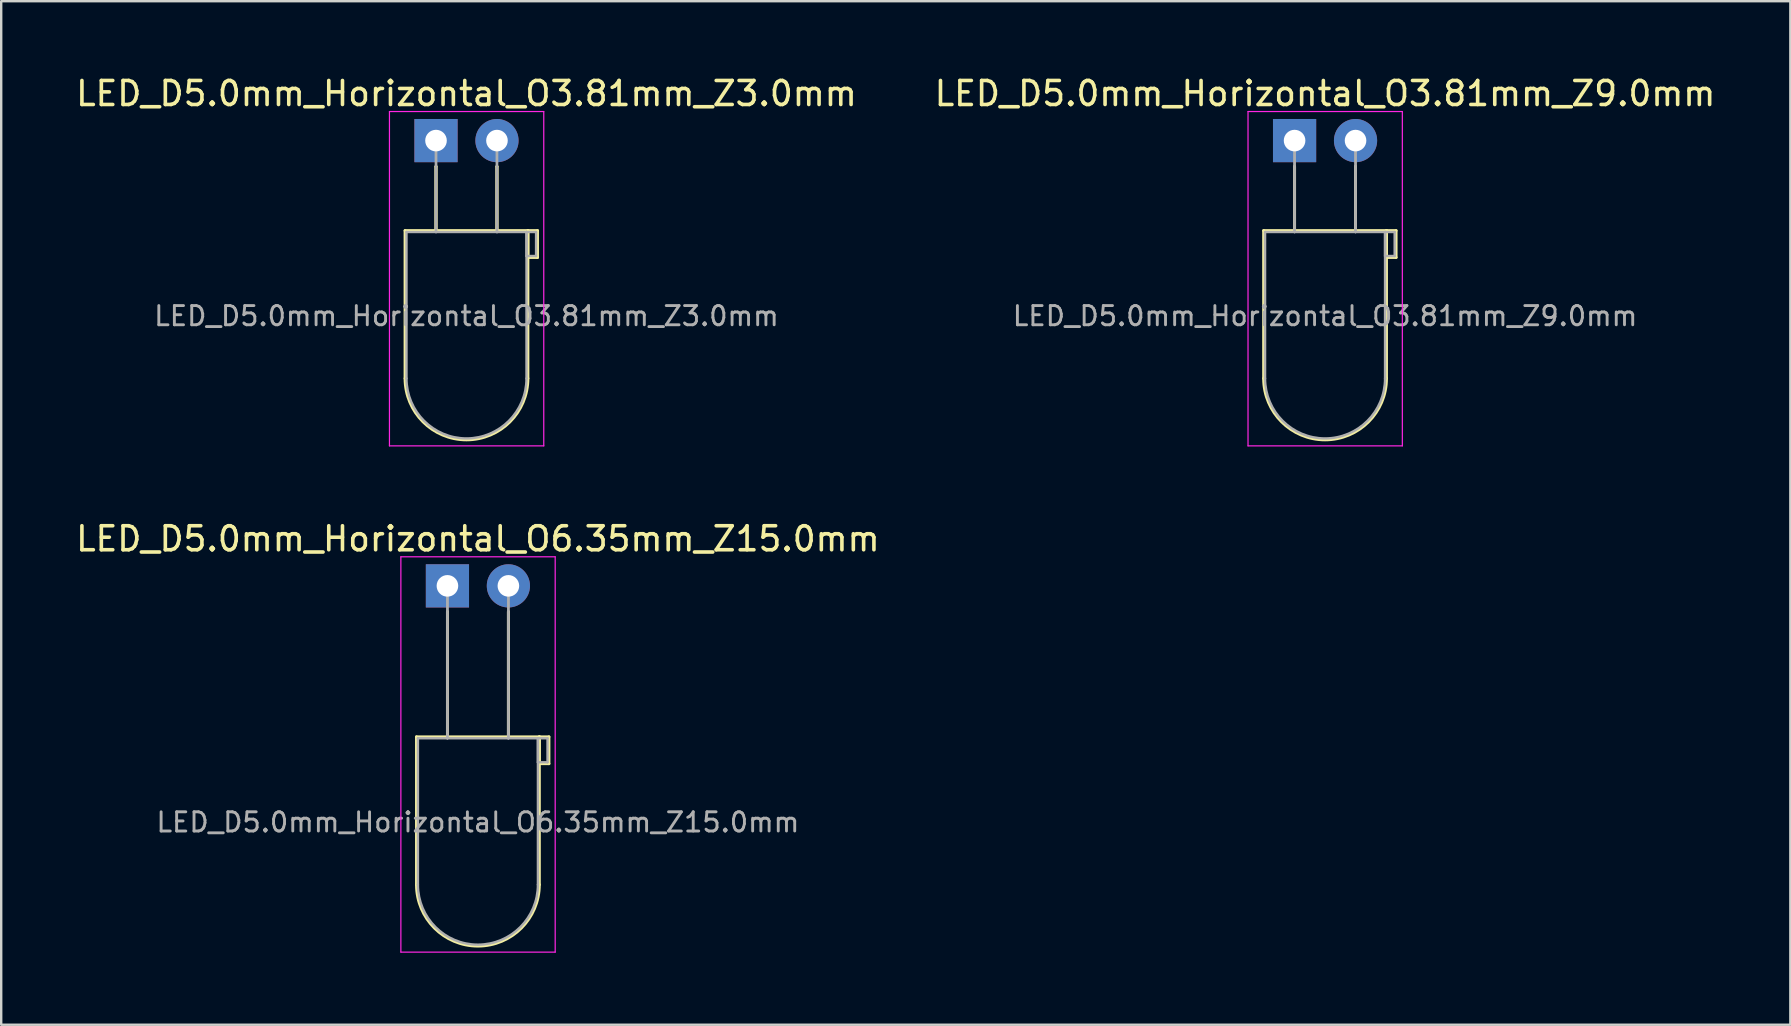
<source format=kicad_pcb>
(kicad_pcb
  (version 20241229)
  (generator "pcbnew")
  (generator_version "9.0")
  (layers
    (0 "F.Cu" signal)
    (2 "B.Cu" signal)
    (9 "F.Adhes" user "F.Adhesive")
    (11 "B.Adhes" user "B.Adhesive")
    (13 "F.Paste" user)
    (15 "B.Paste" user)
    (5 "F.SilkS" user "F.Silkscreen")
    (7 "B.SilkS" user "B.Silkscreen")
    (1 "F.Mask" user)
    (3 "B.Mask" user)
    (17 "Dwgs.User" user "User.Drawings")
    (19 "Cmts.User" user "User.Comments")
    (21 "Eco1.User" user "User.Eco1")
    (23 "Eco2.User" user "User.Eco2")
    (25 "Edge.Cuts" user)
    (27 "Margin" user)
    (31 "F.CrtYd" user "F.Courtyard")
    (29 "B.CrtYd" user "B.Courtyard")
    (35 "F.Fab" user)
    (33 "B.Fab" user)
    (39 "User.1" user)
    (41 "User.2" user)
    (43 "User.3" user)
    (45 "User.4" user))
  (footprint "LED_D5.0mm_Horizontal_O3.81mm_Z3.0mm"
    (layer "F.Cu")
    (at 15.117 2.808)
    (property "Reference" "LED_D5.0mm_Horizontal_O3.81mm_Z3.0mm" (at 1.27 -1.96 0) (layer "F.SilkS") (effects (font (size 1 1) (thickness 0.15))))
    (attr through_hole)
    (fp_line (start -1.29 3.75) (end -1.29 9.91) (stroke (width 0.12) (type solid)) (layer "F.SilkS"))
    (fp_line (start -1.29 3.75) (end 3.83 3.75) (stroke (width 0.12) (type solid)) (layer "F.SilkS"))
    (fp_line (start 0 1.08) (end 0 1.08) (stroke (width 0.12) (type solid)) (layer "F.SilkS"))
    (fp_line (start 0 1.08) (end 0 3.75) (stroke (width 0.12) (type solid)) (layer "F.SilkS"))
    (fp_line (start 0 3.75) (end 0 1.08) (stroke (width 0.12) (type solid)) (layer "F.SilkS"))
    (fp_line (start 0 3.75) (end 0 3.75) (stroke (width 0.12) (type solid)) (layer "F.SilkS"))
    (fp_line (start 2.54 1.08) (end 2.54 1.08) (stroke (width 0.12) (type solid)) (layer "F.SilkS"))
    (fp_line (start 2.54 1.08) (end 2.54 3.75) (stroke (width 0.12) (type solid)) (layer "F.SilkS"))
    (fp_line (start 2.54 3.75) (end 2.54 1.08) (stroke (width 0.12) (type solid)) (layer "F.SilkS"))
    (fp_line (start 2.54 3.75) (end 2.54 3.75) (stroke (width 0.12) (type solid)) (layer "F.SilkS"))
    (fp_line (start 3.83 3.75) (end 3.83 9.91) (stroke (width 0.12) (type solid)) (layer "F.SilkS"))
    (fp_line (start 3.83 3.75) (end 4.23 3.75) (stroke (width 0.12) (type solid)) (layer "F.SilkS"))
    (fp_line (start 3.83 4.87) (end 3.83 3.75) (stroke (width 0.12) (type solid)) (layer "F.SilkS"))
    (fp_line (start 4.23 3.75) (end 4.23 4.87) (stroke (width 0.12) (type solid)) (layer "F.SilkS"))
    (fp_line (start 4.23 4.87) (end 3.83 4.87) (stroke (width 0.12) (type solid)) (layer "F.SilkS"))
    (fp_arc (start 3.83 9.91) (mid 1.27 12.47) (end -1.29 9.91) (stroke (width 0.12) (type solid)) (layer "F.SilkS"))
    (fp_line (start -1.94 -1.21) (end -1.94 12.72) (stroke (width 0.05) (type solid)) (layer "F.CrtYd"))
    (fp_line (start -1.94 12.72) (end 4.49 12.72) (stroke (width 0.05) (type solid)) (layer "F.CrtYd"))
    (fp_line (start 4.49 -1.21) (end -1.94 -1.21) (stroke (width 0.05) (type solid)) (layer "F.CrtYd"))
    (fp_line (start 4.49 12.72) (end 4.49 -1.21) (stroke (width 0.05) (type solid)) (layer "F.CrtYd"))
    (fp_line (start -1.23 3.81) (end -1.23 9.91) (stroke (width 0.1) (type solid)) (layer "F.Fab"))
    (fp_line (start -1.23 3.81) (end 3.77 3.81) (stroke (width 0.1) (type solid)) (layer "F.Fab"))
    (fp_line (start 0 0) (end 0 0) (stroke (width 0.1) (type solid)) (layer "F.Fab"))
    (fp_line (start 0 0) (end 0 3.81) (stroke (width 0.1) (type solid)) (layer "F.Fab"))
    (fp_line (start 0 3.81) (end 0 0) (stroke (width 0.1) (type solid)) (layer "F.Fab"))
    (fp_line (start 0 3.81) (end 0 3.81) (stroke (width 0.1) (type solid)) (layer "F.Fab"))
    (fp_line (start 2.54 0) (end 2.54 0) (stroke (width 0.1) (type solid)) (layer "F.Fab"))
    (fp_line (start 2.54 0) (end 2.54 3.81) (stroke (width 0.1) (type solid)) (layer "F.Fab"))
    (fp_line (start 2.54 3.81) (end 2.54 0) (stroke (width 0.1) (type solid)) (layer "F.Fab"))
    (fp_line (start 2.54 3.81) (end 2.54 3.81) (stroke (width 0.1) (type solid)) (layer "F.Fab"))
    (fp_line (start 3.77 3.81) (end 3.77 9.91) (stroke (width 0.1) (type solid)) (layer "F.Fab"))
    (fp_line (start 3.77 3.81) (end 4.17 3.81) (stroke (width 0.1) (type solid)) (layer "F.Fab"))
    (fp_line (start 3.77 4.81) (end 3.77 3.81) (stroke (width 0.1) (type solid)) (layer "F.Fab"))
    (fp_line (start 4.17 3.81) (end 4.17 4.81) (stroke (width 0.1) (type solid)) (layer "F.Fab"))
    (fp_line (start 4.17 4.81) (end 3.77 4.81) (stroke (width 0.1) (type solid)) (layer "F.Fab"))
    (fp_arc (start 3.77 9.91) (mid 1.27 12.41) (end -1.23 9.91) (stroke (width 0.1) (type solid)) (layer "F.Fab"))
    (fp_text user "${REFERENCE}" (at 1.27 7.31 0) (layer "F.Fab") (effects (font (size 0.8 0.8) (thickness 0.12))))
    (pad "1" thru_hole rect (at 0 0) (size 1.8 1.8) (drill 0.9) (layers "*.Cu" "*.Mask"))
    (pad "2" thru_hole circle (at 2.54 0) (size 1.8 1.8) (drill 0.9) (layers "*.Cu" "*.Mask")))
  (footprint "LED_D5.0mm_Horizontal_O6.35mm_Z15.0mm"
    (layer "F.Cu")
    (at 15.593 21.361)
    (property "Reference" "LED_D5.0mm_Horizontal_O6.35mm_Z15.0mm" (at 1.27 -1.96 0) (layer "F.SilkS") (effects (font (size 1 1) (thickness 0.15))))
    (attr through_hole)
    (fp_line (start -1.29 6.29) (end -1.29 12.45) (stroke (width 0.12) (type solid)) (layer "F.SilkS"))
    (fp_line (start -1.29 6.29) (end 3.83 6.29) (stroke (width 0.12) (type solid)) (layer "F.SilkS"))
    (fp_line (start 0 1.08) (end 0 1.08) (stroke (width 0.12) (type solid)) (layer "F.SilkS"))
    (fp_line (start 0 1.08) (end 0 6.29) (stroke (width 0.12) (type solid)) (layer "F.SilkS"))
    (fp_line (start 0 6.29) (end 0 1.08) (stroke (width 0.12) (type solid)) (layer "F.SilkS"))
    (fp_line (start 0 6.29) (end 0 6.29) (stroke (width 0.12) (type solid)) (layer "F.SilkS"))
    (fp_line (start 2.54 1.08) (end 2.54 1.08) (stroke (width 0.12) (type solid)) (layer "F.SilkS"))
    (fp_line (start 2.54 1.08) (end 2.54 6.29) (stroke (width 0.12) (type solid)) (layer "F.SilkS"))
    (fp_line (start 2.54 6.29) (end 2.54 1.08) (stroke (width 0.12) (type solid)) (layer "F.SilkS"))
    (fp_line (start 2.54 6.29) (end 2.54 6.29) (stroke (width 0.12) (type solid)) (layer "F.SilkS"))
    (fp_line (start 3.83 6.29) (end 3.83 12.45) (stroke (width 0.12) (type solid)) (layer "F.SilkS"))
    (fp_line (start 3.83 6.29) (end 4.23 6.29) (stroke (width 0.12) (type solid)) (layer "F.SilkS"))
    (fp_line (start 3.83 7.41) (end 3.83 6.29) (stroke (width 0.12) (type solid)) (layer "F.SilkS"))
    (fp_line (start 4.23 6.29) (end 4.23 7.41) (stroke (width 0.12) (type solid)) (layer "F.SilkS"))
    (fp_line (start 4.23 7.41) (end 3.83 7.41) (stroke (width 0.12) (type solid)) (layer "F.SilkS"))
    (fp_arc (start 3.83 12.45) (mid 1.27 15.01) (end -1.29 12.45) (stroke (width 0.12) (type solid)) (layer "F.SilkS"))
    (fp_line (start -1.94 -1.21) (end -1.94 15.26) (stroke (width 0.05) (type solid)) (layer "F.CrtYd"))
    (fp_line (start -1.94 15.26) (end 4.49 15.26) (stroke (width 0.05) (type solid)) (layer "F.CrtYd"))
    (fp_line (start 4.49 -1.21) (end -1.94 -1.21) (stroke (width 0.05) (type solid)) (layer "F.CrtYd"))
    (fp_line (start 4.49 15.26) (end 4.49 -1.21) (stroke (width 0.05) (type solid)) (layer "F.CrtYd"))
    (fp_line (start -1.23 6.35) (end -1.23 12.45) (stroke (width 0.1) (type solid)) (layer "F.Fab"))
    (fp_line (start -1.23 6.35) (end 3.77 6.35) (stroke (width 0.1) (type solid)) (layer "F.Fab"))
    (fp_line (start 0 0) (end 0 0) (stroke (width 0.1) (type solid)) (layer "F.Fab"))
    (fp_line (start 0 0) (end 0 6.35) (stroke (width 0.1) (type solid)) (layer "F.Fab"))
    (fp_line (start 0 6.35) (end 0 0) (stroke (width 0.1) (type solid)) (layer "F.Fab"))
    (fp_line (start 0 6.35) (end 0 6.35) (stroke (width 0.1) (type solid)) (layer "F.Fab"))
    (fp_line (start 2.54 0) (end 2.54 0) (stroke (width 0.1) (type solid)) (layer "F.Fab"))
    (fp_line (start 2.54 0) (end 2.54 6.35) (stroke (width 0.1) (type solid)) (layer "F.Fab"))
    (fp_line (start 2.54 6.35) (end 2.54 0) (stroke (width 0.1) (type solid)) (layer "F.Fab"))
    (fp_line (start 2.54 6.35) (end 2.54 6.35) (stroke (width 0.1) (type solid)) (layer "F.Fab"))
    (fp_line (start 3.77 6.35) (end 3.77 12.45) (stroke (width 0.1) (type solid)) (layer "F.Fab"))
    (fp_line (start 3.77 6.35) (end 4.17 6.35) (stroke (width 0.1) (type solid)) (layer "F.Fab"))
    (fp_line (start 3.77 7.35) (end 3.77 6.35) (stroke (width 0.1) (type solid)) (layer "F.Fab"))
    (fp_line (start 4.17 6.35) (end 4.17 7.35) (stroke (width 0.1) (type solid)) (layer "F.Fab"))
    (fp_line (start 4.17 7.35) (end 3.77 7.35) (stroke (width 0.1) (type solid)) (layer "F.Fab"))
    (fp_arc (start 3.77 12.45) (mid 1.27 14.95) (end -1.23 12.45) (stroke (width 0.1) (type solid)) (layer "F.Fab"))
    (fp_text user "${REFERENCE}" (at 1.27 9.85 0) (layer "F.Fab") (effects (font (size 0.8 0.8) (thickness 0.12))))
    (pad "1" thru_hole rect (at 0 0) (size 1.8 1.8) (drill 0.9) (layers "*.Cu" "*.Mask"))
    (pad "2" thru_hole circle (at 2.54 0) (size 1.8 1.8) (drill 0.9) (layers "*.Cu" "*.Mask")))
  (footprint "LED_D5.0mm_Horizontal_O3.81mm_Z9.0mm"
    (layer "F.Cu")
    (at 50.891 2.808)
    (property "Reference" "LED_D5.0mm_Horizontal_O3.81mm_Z9.0mm" (at 1.27 -1.96 0) (layer "F.SilkS") (effects (font (size 1 1) (thickness 0.15))))
    (attr through_hole)
    (fp_line (start -1.29 3.75) (end -1.29 9.91) (stroke (width 0.12) (type solid)) (layer "F.SilkS"))
    (fp_line (start -1.29 3.75) (end 3.83 3.75) (stroke (width 0.12) (type solid)) (layer "F.SilkS"))
    (fp_line (start 0 1.08) (end 0 1.08) (stroke (width 0.12) (type solid)) (layer "F.SilkS"))
    (fp_line (start 0 1.08) (end 0 3.75) (stroke (width 0.12) (type solid)) (layer "F.SilkS"))
    (fp_line (start 0 3.75) (end 0 1.08) (stroke (width 0.12) (type solid)) (layer "F.SilkS"))
    (fp_line (start 0 3.75) (end 0 3.75) (stroke (width 0.12) (type solid)) (layer "F.SilkS"))
    (fp_line (start 2.54 1.08) (end 2.54 1.08) (stroke (width 0.12) (type solid)) (layer "F.SilkS"))
    (fp_line (start 2.54 1.08) (end 2.54 3.75) (stroke (width 0.12) (type solid)) (layer "F.SilkS"))
    (fp_line (start 2.54 3.75) (end 2.54 1.08) (stroke (width 0.12) (type solid)) (layer "F.SilkS"))
    (fp_line (start 2.54 3.75) (end 2.54 3.75) (stroke (width 0.12) (type solid)) (layer "F.SilkS"))
    (fp_line (start 3.83 3.75) (end 3.83 9.91) (stroke (width 0.12) (type solid)) (layer "F.SilkS"))
    (fp_line (start 3.83 3.75) (end 4.23 3.75) (stroke (width 0.12) (type solid)) (layer "F.SilkS"))
    (fp_line (start 3.83 4.87) (end 3.83 3.75) (stroke (width 0.12) (type solid)) (layer "F.SilkS"))
    (fp_line (start 4.23 3.75) (end 4.23 4.87) (stroke (width 0.12) (type solid)) (layer "F.SilkS"))
    (fp_line (start 4.23 4.87) (end 3.83 4.87) (stroke (width 0.12) (type solid)) (layer "F.SilkS"))
    (fp_arc (start 3.83 9.91) (mid 1.27 12.47) (end -1.29 9.91) (stroke (width 0.12) (type solid)) (layer "F.SilkS"))
    (fp_line (start -1.94 -1.21) (end -1.94 12.72) (stroke (width 0.05) (type solid)) (layer "F.CrtYd"))
    (fp_line (start -1.94 12.72) (end 4.49 12.72) (stroke (width 0.05) (type solid)) (layer "F.CrtYd"))
    (fp_line (start 4.49 -1.21) (end -1.94 -1.21) (stroke (width 0.05) (type solid)) (layer "F.CrtYd"))
    (fp_line (start 4.49 12.72) (end 4.49 -1.21) (stroke (width 0.05) (type solid)) (layer "F.CrtYd"))
    (fp_line (start -1.23 3.81) (end -1.23 9.91) (stroke (width 0.1) (type solid)) (layer "F.Fab"))
    (fp_line (start -1.23 3.81) (end 3.77 3.81) (stroke (width 0.1) (type solid)) (layer "F.Fab"))
    (fp_line (start 0 0) (end 0 0) (stroke (width 0.1) (type solid)) (layer "F.Fab"))
    (fp_line (start 0 0) (end 0 3.81) (stroke (width 0.1) (type solid)) (layer "F.Fab"))
    (fp_line (start 0 3.81) (end 0 0) (stroke (width 0.1) (type solid)) (layer "F.Fab"))
    (fp_line (start 0 3.81) (end 0 3.81) (stroke (width 0.1) (type solid)) (layer "F.Fab"))
    (fp_line (start 2.54 0) (end 2.54 0) (stroke (width 0.1) (type solid)) (layer "F.Fab"))
    (fp_line (start 2.54 0) (end 2.54 3.81) (stroke (width 0.1) (type solid)) (layer "F.Fab"))
    (fp_line (start 2.54 3.81) (end 2.54 0) (stroke (width 0.1) (type solid)) (layer "F.Fab"))
    (fp_line (start 2.54 3.81) (end 2.54 3.81) (stroke (width 0.1) (type solid)) (layer "F.Fab"))
    (fp_line (start 3.77 3.81) (end 3.77 9.91) (stroke (width 0.1) (type solid)) (layer "F.Fab"))
    (fp_line (start 3.77 3.81) (end 4.17 3.81) (stroke (width 0.1) (type solid)) (layer "F.Fab"))
    (fp_line (start 3.77 4.81) (end 3.77 3.81) (stroke (width 0.1) (type solid)) (layer "F.Fab"))
    (fp_line (start 4.17 3.81) (end 4.17 4.81) (stroke (width 0.1) (type solid)) (layer "F.Fab"))
    (fp_line (start 4.17 4.81) (end 3.77 4.81) (stroke (width 0.1) (type solid)) (layer "F.Fab"))
    (fp_arc (start 3.77 9.91) (mid 1.27 12.41) (end -1.23 9.91) (stroke (width 0.1) (type solid)) (layer "F.Fab"))
    (fp_text user "${REFERENCE}" (at 1.27 7.31 0) (layer "F.Fab") (effects (font (size 0.8 0.8) (thickness 0.12))))
    (pad "1" thru_hole rect (at 0 0) (size 1.8 1.8) (drill 0.9) (layers "*.Cu" "*.Mask"))
    (pad "2" thru_hole circle (at 2.54 0) (size 1.8 1.8) (drill 0.9) (layers "*.Cu" "*.Mask")))
  (gr_rect
    (start -3 -3)
    (end 71.548 39.647)
    (stroke (width 0.1) (type default))
    (fill no)
    (layer "Edge.Cuts")))
</source>
